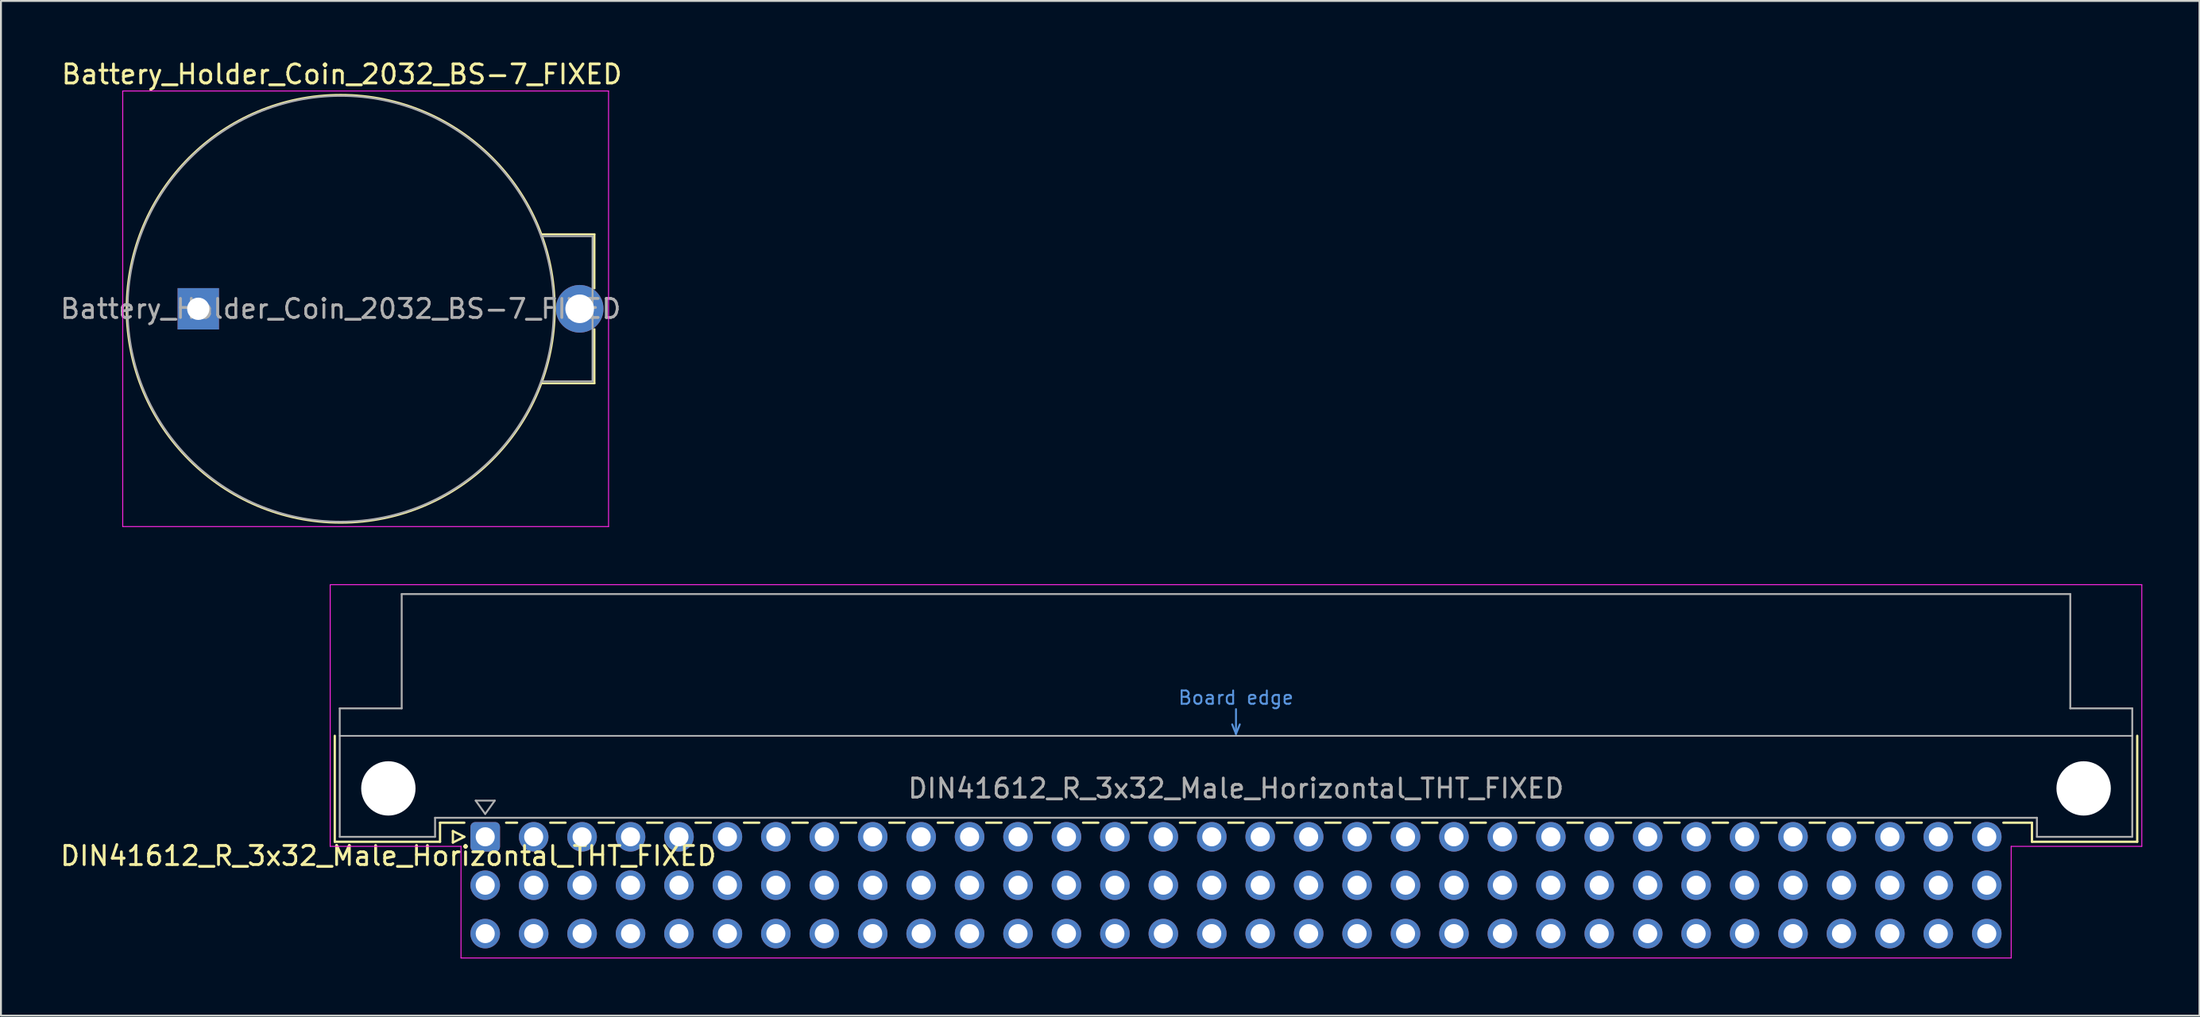
<source format=kicad_pcb>
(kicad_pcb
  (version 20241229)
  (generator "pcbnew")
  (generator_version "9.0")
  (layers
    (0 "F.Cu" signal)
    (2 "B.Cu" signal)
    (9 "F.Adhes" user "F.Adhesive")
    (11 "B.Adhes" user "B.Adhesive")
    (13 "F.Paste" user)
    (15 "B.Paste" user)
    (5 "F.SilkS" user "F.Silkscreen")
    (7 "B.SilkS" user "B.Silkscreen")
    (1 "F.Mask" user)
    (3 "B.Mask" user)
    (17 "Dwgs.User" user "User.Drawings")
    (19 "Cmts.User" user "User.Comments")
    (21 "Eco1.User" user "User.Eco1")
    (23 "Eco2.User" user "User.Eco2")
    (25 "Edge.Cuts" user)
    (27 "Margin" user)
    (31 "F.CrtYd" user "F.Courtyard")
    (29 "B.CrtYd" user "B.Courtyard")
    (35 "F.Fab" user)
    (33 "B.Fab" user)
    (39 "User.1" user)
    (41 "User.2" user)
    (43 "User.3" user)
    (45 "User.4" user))
  (footprint "Battery_Holder_Coin_2032_BS-7_FIXED"
    (layer "F.Cu")
    (at 7.348 13.155)
    (property "Reference" "Battery_Holder_Coin_2032_BS-7_FIXED" (at 7.529 -12.306 0) (layer "F.SilkS") (effects (font (size 1 1) (thickness 0.15))))
    (attr through_hole)
    (fp_line (start 18.034 -3.912) (end 20.777 -3.912) (stroke (width 0.1) (type solid)) (layer "F.SilkS"))
    (fp_line (start 18.034 3.912) (end 20.777 3.912) (stroke (width 0.1) (type solid)) (layer "F.SilkS"))
    (fp_line (start 20.777 -3.912) (end 20.777 -1.067) (stroke (width 0.1) (type solid)) (layer "F.SilkS"))
    (fp_line (start 20.777 3.912) (end 20.777 1.067) (stroke (width 0.1) (type solid)) (layer "F.SilkS"))
    (fp_circle (center 7.468 0) (end -3.759 0) (stroke (width 0.1) (type solid)) (fill no) (layer "F.SilkS"))
    (fp_line (start -3.962 -11.43) (end -3.962 11.43) (stroke (width 0.05) (type solid)) (layer "F.CrtYd"))
    (fp_line (start -3.962 -11.43) (end 21.514 -11.43) (stroke (width 0.05) (type solid)) (layer "F.CrtYd"))
    (fp_line (start -3.962 11.43) (end 21.514 11.43) (stroke (width 0.05) (type solid)) (layer "F.CrtYd"))
    (fp_line (start 21.514 -11.43) (end 21.514 11.43) (stroke (width 0.05) (type solid)) (layer "F.CrtYd"))
    (fp_line (start 17.983 -3.81) (end 20.676 -3.81) (stroke (width 0.1) (type solid)) (layer "F.Fab"))
    (fp_line (start 17.983 3.81) (end 20.676 3.81) (stroke (width 0.1) (type solid)) (layer "F.Fab"))
    (fp_line (start 20.676 -3.81) (end 20.676 3.81) (stroke (width 0.1) (type solid)) (layer "F.Fab"))
    (fp_circle (center 7.468 0) (end -3.708 0) (stroke (width 0.1) (type solid)) (fill no) (layer "F.Fab"))
    (fp_text user "${REFERENCE}" (at 7.468 0 0) (layer "F.Fab") (effects (font (size 1 1) (thickness 0.15))))
    (pad "1" thru_hole circle (at 20 0) (size 2.5 2.5) (drill 1.5) (layers "*.Cu" "*.Mask"))
    (pad "2" thru_hole rect (at 0 0) (size 2.17 2.17) (drill 1.17) (layers "*.Cu" "*.Mask")))
  (footprint "DIN41612_R_3x32_Male_Horizontal_THT_FIXED"
    (layer "F.Cu")
    (at 22.395 40.865)
    (property "Reference" "DIN41612_R_3x32_Male_Horizontal_THT_FIXED" (at -5.08 1 0) (layer "F.SilkS") (effects (font (size 1 1) (thickness 0.15))))
    (attr through_hole)
    (fp_line (start -7.89 -5.3) (end -7.89 0.26) (stroke (width 0.12) (type solid)) (layer "F.SilkS"))
    (fp_line (start -7.89 0.26) (end -2.37 0.26) (stroke (width 0.12) (type solid)) (layer "F.SilkS"))
    (fp_line (start -2.371 -0.74) (end -1.095 -0.74) (stroke (width 0.12) (type solid)) (layer "F.SilkS"))
    (fp_line (start -2.37 0.26) (end -2.37 -0.74) (stroke (width 0.12) (type solid)) (layer "F.SilkS"))
    (fp_line (start -1.695 -0.3) (end -1.695 0.3) (stroke (width 0.12) (type solid)) (layer "F.SilkS"))
    (fp_line (start -1.695 0.3) (end -1.095 0) (stroke (width 0.12) (type solid)) (layer "F.SilkS"))
    (fp_line (start -1.095 0) (end -1.695 -0.3) (stroke (width 0.12) (type solid)) (layer "F.SilkS"))
    (fp_line (start 1.095 -0.74) (end 1.671 -0.74) (stroke (width 0.12) (type solid)) (layer "F.SilkS"))
    (fp_line (start 3.41 -0.74) (end 4.211 -0.74) (stroke (width 0.12) (type solid)) (layer "F.SilkS"))
    (fp_line (start 5.95 -0.74) (end 6.751 -0.74) (stroke (width 0.12) (type solid)) (layer "F.SilkS"))
    (fp_line (start 8.49 -0.74) (end 9.291 -0.74) (stroke (width 0.12) (type solid)) (layer "F.SilkS"))
    (fp_line (start 11.03 -0.74) (end 11.831 -0.74) (stroke (width 0.12) (type solid)) (layer "F.SilkS"))
    (fp_line (start 13.57 -0.74) (end 14.371 -0.74) (stroke (width 0.12) (type solid)) (layer "F.SilkS"))
    (fp_line (start 16.11 -0.74) (end 16.911 -0.74) (stroke (width 0.12) (type solid)) (layer "F.SilkS"))
    (fp_line (start 18.65 -0.74) (end 19.451 -0.74) (stroke (width 0.12) (type solid)) (layer "F.SilkS"))
    (fp_line (start 21.19 -0.74) (end 21.991 -0.74) (stroke (width 0.12) (type solid)) (layer "F.SilkS"))
    (fp_line (start 23.73 -0.74) (end 24.531 -0.74) (stroke (width 0.12) (type solid)) (layer "F.SilkS"))
    (fp_line (start 26.27 -0.74) (end 27.071 -0.74) (stroke (width 0.12) (type solid)) (layer "F.SilkS"))
    (fp_line (start 28.81 -0.74) (end 29.611 -0.74) (stroke (width 0.12) (type solid)) (layer "F.SilkS"))
    (fp_line (start 31.35 -0.74) (end 32.151 -0.74) (stroke (width 0.12) (type solid)) (layer "F.SilkS"))
    (fp_line (start 33.89 -0.74) (end 34.691 -0.74) (stroke (width 0.12) (type solid)) (layer "F.SilkS"))
    (fp_line (start 36.43 -0.74) (end 37.231 -0.74) (stroke (width 0.12) (type solid)) (layer "F.SilkS"))
    (fp_line (start 38.97 -0.74) (end 39.771 -0.74) (stroke (width 0.12) (type solid)) (layer "F.SilkS"))
    (fp_line (start 41.51 -0.74) (end 42.311 -0.74) (stroke (width 0.12) (type solid)) (layer "F.SilkS"))
    (fp_line (start 44.05 -0.74) (end 44.851 -0.74) (stroke (width 0.12) (type solid)) (layer "F.SilkS"))
    (fp_line (start 46.59 -0.74) (end 47.391 -0.74) (stroke (width 0.12) (type solid)) (layer "F.SilkS"))
    (fp_line (start 49.13 -0.74) (end 49.931 -0.74) (stroke (width 0.12) (type solid)) (layer "F.SilkS"))
    (fp_line (start 51.67 -0.74) (end 52.471 -0.74) (stroke (width 0.12) (type solid)) (layer "F.SilkS"))
    (fp_line (start 54.21 -0.74) (end 55.011 -0.74) (stroke (width 0.12) (type solid)) (layer "F.SilkS"))
    (fp_line (start 56.75 -0.74) (end 57.551 -0.74) (stroke (width 0.12) (type solid)) (layer "F.SilkS"))
    (fp_line (start 59.29 -0.74) (end 60.091 -0.74) (stroke (width 0.12) (type solid)) (layer "F.SilkS"))
    (fp_line (start 61.83 -0.74) (end 62.631 -0.74) (stroke (width 0.12) (type solid)) (layer "F.SilkS"))
    (fp_line (start 64.37 -0.74) (end 65.171 -0.74) (stroke (width 0.12) (type solid)) (layer "F.SilkS"))
    (fp_line (start 66.91 -0.74) (end 67.711 -0.74) (stroke (width 0.12) (type solid)) (layer "F.SilkS"))
    (fp_line (start 69.45 -0.74) (end 70.251 -0.74) (stroke (width 0.12) (type solid)) (layer "F.SilkS"))
    (fp_line (start 71.99 -0.74) (end 72.791 -0.74) (stroke (width 0.12) (type solid)) (layer "F.SilkS"))
    (fp_line (start 74.53 -0.74) (end 75.331 -0.74) (stroke (width 0.12) (type solid)) (layer "F.SilkS"))
    (fp_line (start 77.07 -0.74) (end 77.871 -0.74) (stroke (width 0.12) (type solid)) (layer "F.SilkS"))
    (fp_line (start 79.61 -0.74) (end 81.11 -0.74) (stroke (width 0.12) (type solid)) (layer "F.SilkS"))
    (fp_line (start 81.11 0.26) (end 81.11 -0.74) (stroke (width 0.12) (type solid)) (layer "F.SilkS"))
    (fp_line (start 86.63 -5.3) (end 86.63 0.26) (stroke (width 0.12) (type solid)) (layer "F.SilkS"))
    (fp_line (start 86.63 0.26) (end 81.11 0.26) (stroke (width 0.12) (type solid)) (layer "F.SilkS"))
    (fp_line (start -7.63 -5.3) (end 86.37 -5.3) (stroke (width 0.08) (type solid)) (layer "Dwgs.User"))
    (fp_line (start 39.17 -5.9) (end 39.37 -5.4) (stroke (width 0.1) (type solid)) (layer "Cmts.User"))
    (fp_line (start 39.37 -5.4) (end 39.37 -6.7) (stroke (width 0.1) (type solid)) (layer "Cmts.User"))
    (fp_line (start 39.37 -5.4) (end 39.57 -5.9) (stroke (width 0.1) (type solid)) (layer "Cmts.User"))
    (fp_line (start -8.13 -13.23) (end -8.13 0.5) (stroke (width 0.05) (type solid)) (layer "F.CrtYd"))
    (fp_line (start -8.13 0.5) (end -1.27 0.5) (stroke (width 0.05) (type solid)) (layer "F.CrtYd"))
    (fp_line (start -1.27 0.5) (end -1.27 6.36) (stroke (width 0.05) (type solid)) (layer "F.CrtYd"))
    (fp_line (start -1.27 6.36) (end 80.02 6.36) (stroke (width 0.05) (type solid)) (layer "F.CrtYd"))
    (fp_line (start 80.02 0.5) (end 86.87 0.5) (stroke (width 0.05) (type solid)) (layer "F.CrtYd"))
    (fp_line (start 80.02 6.36) (end 80.02 0.5) (stroke (width 0.05) (type solid)) (layer "F.CrtYd"))
    (fp_line (start 86.87 -13.23) (end -8.13 -13.23) (stroke (width 0.05) (type solid)) (layer "F.CrtYd"))
    (fp_line (start 86.87 0.5) (end 86.87 -13.23) (stroke (width 0.05) (type solid)) (layer "F.CrtYd"))
    (fp_line (start -7.63 -6.74) (end -7.63 0) (stroke (width 0.1) (type solid)) (layer "F.Fab"))
    (fp_line (start -7.63 0) (end -2.63 0) (stroke (width 0.1) (type solid)) (layer "F.Fab"))
    (fp_line (start -4.38 -12.74) (end -4.38 -6.74) (stroke (width 0.1) (type solid)) (layer "F.Fab"))
    (fp_line (start -4.38 -6.74) (end -7.63 -6.74) (stroke (width 0.1) (type solid)) (layer "F.Fab"))
    (fp_line (start -2.63 -1) (end 81.37 -1) (stroke (width 0.1) (type solid)) (layer "F.Fab"))
    (fp_line (start -2.63 0) (end -2.63 -1) (stroke (width 0.1) (type solid)) (layer "F.Fab"))
    (fp_line (start -0.5 -1.9) (end 0.5 -1.9) (stroke (width 0.1) (type solid)) (layer "F.Fab"))
    (fp_line (start 0 -1.2) (end -0.5 -1.9) (stroke (width 0.1) (type solid)) (layer "F.Fab"))
    (fp_line (start 0.5 -1.9) (end 0 -1.2) (stroke (width 0.1) (type solid)) (layer "F.Fab"))
    (fp_line (start 81.37 -1) (end 81.37 0) (stroke (width 0.1) (type solid)) (layer "F.Fab"))
    (fp_line (start 81.37 0) (end 86.37 0) (stroke (width 0.1) (type solid)) (layer "F.Fab"))
    (fp_line (start 83.12 -12.74) (end -4.38 -12.74) (stroke (width 0.1) (type solid)) (layer "F.Fab"))
    (fp_line (start 83.12 -6.74) (end 83.12 -12.74) (stroke (width 0.1) (type solid)) (layer "F.Fab"))
    (fp_line (start 86.37 -6.74) (end 83.12 -6.74) (stroke (width 0.1) (type solid)) (layer "F.Fab"))
    (fp_line (start 86.37 0) (end 86.37 -6.74) (stroke (width 0.1) (type solid)) (layer "F.Fab"))
    (fp_text user "Board edge" (at 39.37 -7.3 0) (layer "Cmts.User") (effects (font (size 0.7 0.7) (thickness 0.1))))
    (fp_text user "${REFERENCE}" (at 39.37 -2.54 0) (layer "F.Fab") (effects (font (size 1 1) (thickness 0.15))))
    (pad "" np_thru_hole circle (at -5.08 -2.54) (size 2.85 2.85) (drill 2.85) (layers "*.Cu" "*.Mask"))
    (pad "" np_thru_hole circle (at 83.82 -2.54) (size 2.85 2.85) (drill 2.85) (layers "*.Cu" "*.Mask"))
    (pad "A1" thru_hole roundrect (at 0 0) (size 1.55 1.55) (drill 1) (layers "*.Cu" "*.Mask") (roundrect_rratio 0.161))
    (pad "A2" thru_hole circle (at 2.54 0) (size 1.55 1.55) (drill 1) (layers "*.Cu" "*.Mask"))
    (pad "A3" thru_hole circle (at 5.08 0) (size 1.55 1.55) (drill 1) (layers "*.Cu" "*.Mask"))
    (pad "A4" thru_hole circle (at 7.62 0) (size 1.55 1.55) (drill 1) (layers "*.Cu" "*.Mask"))
    (pad "A5" thru_hole circle (at 10.16 0) (size 1.55 1.55) (drill 1) (layers "*.Cu" "*.Mask"))
    (pad "A6" thru_hole circle (at 12.7 0) (size 1.55 1.55) (drill 1) (layers "*.Cu" "*.Mask"))
    (pad "A7" thru_hole circle (at 15.24 0) (size 1.55 1.55) (drill 1) (layers "*.Cu" "*.Mask"))
    (pad "A8" thru_hole circle (at 17.78 0) (size 1.55 1.55) (drill 1) (layers "*.Cu" "*.Mask"))
    (pad "A9" thru_hole circle (at 20.32 0) (size 1.55 1.55) (drill 1) (layers "*.Cu" "*.Mask"))
    (pad "A10" thru_hole circle (at 22.86 0) (size 1.55 1.55) (drill 1) (layers "*.Cu" "*.Mask"))
    (pad "A11" thru_hole circle (at 25.4 0) (size 1.55 1.55) (drill 1) (layers "*.Cu" "*.Mask"))
    (pad "A12" thru_hole circle (at 27.94 0) (size 1.55 1.55) (drill 1) (layers "*.Cu" "*.Mask"))
    (pad "A13" thru_hole circle (at 30.48 0) (size 1.55 1.55) (drill 1) (layers "*.Cu" "*.Mask"))
    (pad "A14" thru_hole circle (at 33.02 0) (size 1.55 1.55) (drill 1) (layers "*.Cu" "*.Mask"))
    (pad "A15" thru_hole circle (at 35.56 0) (size 1.55 1.55) (drill 1) (layers "*.Cu" "*.Mask"))
    (pad "A16" thru_hole circle (at 38.1 0) (size 1.55 1.55) (drill 1) (layers "*.Cu" "*.Mask"))
    (pad "A17" thru_hole circle (at 40.64 0) (size 1.55 1.55) (drill 1) (layers "*.Cu" "*.Mask"))
    (pad "A18" thru_hole circle (at 43.18 0) (size 1.55 1.55) (drill 1) (layers "*.Cu" "*.Mask"))
    (pad "A19" thru_hole circle (at 45.72 0) (size 1.55 1.55) (drill 1) (layers "*.Cu" "*.Mask"))
    (pad "A20" thru_hole circle (at 48.26 0) (size 1.55 1.55) (drill 1) (layers "*.Cu" "*.Mask"))
    (pad "A21" thru_hole circle (at 50.8 0) (size 1.55 1.55) (drill 1) (layers "*.Cu" "*.Mask"))
    (pad "A22" thru_hole circle (at 53.34 0) (size 1.55 1.55) (drill 1) (layers "*.Cu" "*.Mask"))
    (pad "A23" thru_hole circle (at 55.88 0) (size 1.55 1.55) (drill 1) (layers "*.Cu" "*.Mask"))
    (pad "A24" thru_hole circle (at 58.42 0) (size 1.55 1.55) (drill 1) (layers "*.Cu" "*.Mask"))
    (pad "A25" thru_hole circle (at 60.96 0) (size 1.55 1.55) (drill 1) (layers "*.Cu" "*.Mask"))
    (pad "A26" thru_hole circle (at 63.5 0) (size 1.55 1.55) (drill 1) (layers "*.Cu" "*.Mask"))
    (pad "A27" thru_hole circle (at 66.04 0) (size 1.55 1.55) (drill 1) (layers "*.Cu" "*.Mask"))
    (pad "A28" thru_hole circle (at 68.58 0) (size 1.55 1.55) (drill 1) (layers "*.Cu" "*.Mask"))
    (pad "A29" thru_hole circle (at 71.12 0) (size 1.55 1.55) (drill 1) (layers "*.Cu" "*.Mask"))
    (pad "A30" thru_hole circle (at 73.66 0) (size 1.55 1.55) (drill 1) (layers "*.Cu" "*.Mask"))
    (pad "A31" thru_hole circle (at 76.2 0) (size 1.55 1.55) (drill 1) (layers "*.Cu" "*.Mask"))
    (pad "A32" thru_hole circle (at 78.74 0) (size 1.55 1.55) (drill 1) (layers "*.Cu" "*.Mask"))
    (pad "B1" thru_hole circle (at 0 2.54) (size 1.55 1.55) (drill 1) (layers "*.Cu" "*.Mask"))
    (pad "B2" thru_hole circle (at 2.54 2.54) (size 1.55 1.55) (drill 1) (layers "*.Cu" "*.Mask"))
    (pad "B3" thru_hole circle (at 5.08 2.54) (size 1.55 1.55) (drill 1) (layers "*.Cu" "*.Mask"))
    (pad "B4" thru_hole circle (at 7.62 2.54) (size 1.55 1.55) (drill 1) (layers "*.Cu" "*.Mask"))
    (pad "B5" thru_hole circle (at 10.16 2.54) (size 1.55 1.55) (drill 1) (layers "*.Cu" "*.Mask"))
    (pad "B6" thru_hole circle (at 12.7 2.54) (size 1.55 1.55) (drill 1) (layers "*.Cu" "*.Mask"))
    (pad "B7" thru_hole circle (at 15.24 2.54) (size 1.55 1.55) (drill 1) (layers "*.Cu" "*.Mask"))
    (pad "B8" thru_hole circle (at 17.78 2.54) (size 1.55 1.55) (drill 1) (layers "*.Cu" "*.Mask"))
    (pad "B9" thru_hole circle (at 20.32 2.54) (size 1.55 1.55) (drill 1) (layers "*.Cu" "*.Mask"))
    (pad "B10" thru_hole circle (at 22.86 2.54) (size 1.55 1.55) (drill 1) (layers "*.Cu" "*.Mask"))
    (pad "B11" thru_hole circle (at 25.4 2.54) (size 1.55 1.55) (drill 1) (layers "*.Cu" "*.Mask"))
    (pad "B12" thru_hole circle (at 27.94 2.54) (size 1.55 1.55) (drill 1) (layers "*.Cu" "*.Mask"))
    (pad "B13" thru_hole circle (at 30.48 2.54) (size 1.55 1.55) (drill 1) (layers "*.Cu" "*.Mask"))
    (pad "B14" thru_hole circle (at 33.02 2.54) (size 1.55 1.55) (drill 1) (layers "*.Cu" "*.Mask"))
    (pad "B15" thru_hole circle (at 35.56 2.54) (size 1.55 1.55) (drill 1) (layers "*.Cu" "*.Mask"))
    (pad "B16" thru_hole circle (at 38.1 2.54) (size 1.55 1.55) (drill 1) (layers "*.Cu" "*.Mask"))
    (pad "B17" thru_hole circle (at 40.64 2.54) (size 1.55 1.55) (drill 1) (layers "*.Cu" "*.Mask"))
    (pad "B18" thru_hole circle (at 43.18 2.54) (size 1.55 1.55) (drill 1) (layers "*.Cu" "*.Mask"))
    (pad "B19" thru_hole circle (at 45.72 2.54) (size 1.55 1.55) (drill 1) (layers "*.Cu" "*.Mask"))
    (pad "B20" thru_hole circle (at 48.26 2.54) (size 1.55 1.55) (drill 1) (layers "*.Cu" "*.Mask"))
    (pad "B21" thru_hole circle (at 50.8 2.54) (size 1.55 1.55) (drill 1) (layers "*.Cu" "*.Mask"))
    (pad "B22" thru_hole circle (at 53.34 2.54) (size 1.55 1.55) (drill 1) (layers "*.Cu" "*.Mask"))
    (pad "B23" thru_hole circle (at 55.88 2.54) (size 1.55 1.55) (drill 1) (layers "*.Cu" "*.Mask"))
    (pad "B24" thru_hole circle (at 58.42 2.54) (size 1.55 1.55) (drill 1) (layers "*.Cu" "*.Mask"))
    (pad "B25" thru_hole circle (at 60.96 2.54) (size 1.55 1.55) (drill 1) (layers "*.Cu" "*.Mask"))
    (pad "B26" thru_hole circle (at 63.5 2.54) (size 1.55 1.55) (drill 1) (layers "*.Cu" "*.Mask"))
    (pad "B27" thru_hole circle (at 66.04 2.54) (size 1.55 1.55) (drill 1) (layers "*.Cu" "*.Mask"))
    (pad "B28" thru_hole circle (at 68.58 2.54) (size 1.55 1.55) (drill 1) (layers "*.Cu" "*.Mask"))
    (pad "B29" thru_hole circle (at 71.12 2.54) (size 1.55 1.55) (drill 1) (layers "*.Cu" "*.Mask"))
    (pad "B30" thru_hole circle (at 73.66 2.54) (size 1.55 1.55) (drill 1) (layers "*.Cu" "*.Mask"))
    (pad "B31" thru_hole circle (at 76.2 2.54) (size 1.55 1.55) (drill 1) (layers "*.Cu" "*.Mask"))
    (pad "B32" thru_hole circle (at 78.74 2.54) (size 1.55 1.55) (drill 1) (layers "*.Cu" "*.Mask"))
    (pad "C1" thru_hole circle (at 0 5.08) (size 1.55 1.55) (drill 1) (layers "*.Cu" "*.Mask"))
    (pad "C2" thru_hole circle (at 2.54 5.08) (size 1.55 1.55) (drill 1) (layers "*.Cu" "*.Mask"))
    (pad "C3" thru_hole circle (at 5.08 5.08) (size 1.55 1.55) (drill 1) (layers "*.Cu" "*.Mask"))
    (pad "C4" thru_hole circle (at 7.62 5.08) (size 1.55 1.55) (drill 1) (layers "*.Cu" "*.Mask"))
    (pad "C5" thru_hole circle (at 10.16 5.08) (size 1.55 1.55) (drill 1) (layers "*.Cu" "*.Mask"))
    (pad "C6" thru_hole circle (at 12.7 5.08) (size 1.55 1.55) (drill 1) (layers "*.Cu" "*.Mask"))
    (pad "C7" thru_hole circle (at 15.24 5.08) (size 1.55 1.55) (drill 1) (layers "*.Cu" "*.Mask"))
    (pad "C8" thru_hole circle (at 17.78 5.08) (size 1.55 1.55) (drill 1) (layers "*.Cu" "*.Mask"))
    (pad "C9" thru_hole circle (at 20.32 5.08) (size 1.55 1.55) (drill 1) (layers "*.Cu" "*.Mask"))
    (pad "C10" thru_hole circle (at 22.86 5.08) (size 1.55 1.55) (drill 1) (layers "*.Cu" "*.Mask"))
    (pad "C11" thru_hole circle (at 25.4 5.08) (size 1.55 1.55) (drill 1) (layers "*.Cu" "*.Mask"))
    (pad "C12" thru_hole circle (at 27.94 5.08) (size 1.55 1.55) (drill 1) (layers "*.Cu" "*.Mask"))
    (pad "C13" thru_hole circle (at 30.48 5.08) (size 1.55 1.55) (drill 1) (layers "*.Cu" "*.Mask"))
    (pad "C14" thru_hole circle (at 33.02 5.08) (size 1.55 1.55) (drill 1) (layers "*.Cu" "*.Mask"))
    (pad "C15" thru_hole circle (at 35.56 5.08) (size 1.55 1.55) (drill 1) (layers "*.Cu" "*.Mask"))
    (pad "C16" thru_hole circle (at 38.1 5.08) (size 1.55 1.55) (drill 1) (layers "*.Cu" "*.Mask"))
    (pad "C17" thru_hole circle (at 40.64 5.08) (size 1.55 1.55) (drill 1) (layers "*.Cu" "*.Mask"))
    (pad "C18" thru_hole circle (at 43.18 5.08) (size 1.55 1.55) (drill 1) (layers "*.Cu" "*.Mask"))
    (pad "C19" thru_hole circle (at 45.72 5.08) (size 1.55 1.55) (drill 1) (layers "*.Cu" "*.Mask"))
    (pad "C20" thru_hole circle (at 48.26 5.08) (size 1.55 1.55) (drill 1) (layers "*.Cu" "*.Mask"))
    (pad "C21" thru_hole circle (at 50.8 5.08) (size 1.55 1.55) (drill 1) (layers "*.Cu" "*.Mask"))
    (pad "C22" thru_hole circle (at 53.34 5.08) (size 1.55 1.55) (drill 1) (layers "*.Cu" "*.Mask"))
    (pad "C23" thru_hole circle (at 55.88 5.08) (size 1.55 1.55) (drill 1) (layers "*.Cu" "*.Mask"))
    (pad "C24" thru_hole circle (at 58.42 5.08) (size 1.55 1.55) (drill 1) (layers "*.Cu" "*.Mask"))
    (pad "C25" thru_hole circle (at 60.96 5.08) (size 1.55 1.55) (drill 1) (layers "*.Cu" "*.Mask"))
    (pad "C26" thru_hole circle (at 63.5 5.08) (size 1.55 1.55) (drill 1) (layers "*.Cu" "*.Mask"))
    (pad "C27" thru_hole circle (at 66.04 5.08) (size 1.55 1.55) (drill 1) (layers "*.Cu" "*.Mask"))
    (pad "C28" thru_hole circle (at 68.58 5.08) (size 1.55 1.55) (drill 1) (layers "*.Cu" "*.Mask"))
    (pad "C29" thru_hole circle (at 71.12 5.08) (size 1.55 1.55) (drill 1) (layers "*.Cu" "*.Mask"))
    (pad "C30" thru_hole circle (at 73.66 5.08) (size 1.55 1.55) (drill 1) (layers "*.Cu" "*.Mask"))
    (pad "C31" thru_hole circle (at 76.2 5.08) (size 1.55 1.55) (drill 1) (layers "*.Cu" "*.Mask"))
    (pad "C32" thru_hole circle (at 78.74 5.08) (size 1.55 1.55) (drill 1) (layers "*.Cu" "*.Mask")))
  (gr_rect
    (start -3 -3)
    (end 112.29 50.25)
    (stroke (width 0.1) (type default))
    (fill no)
    (layer "Edge.Cuts")))
</source>
